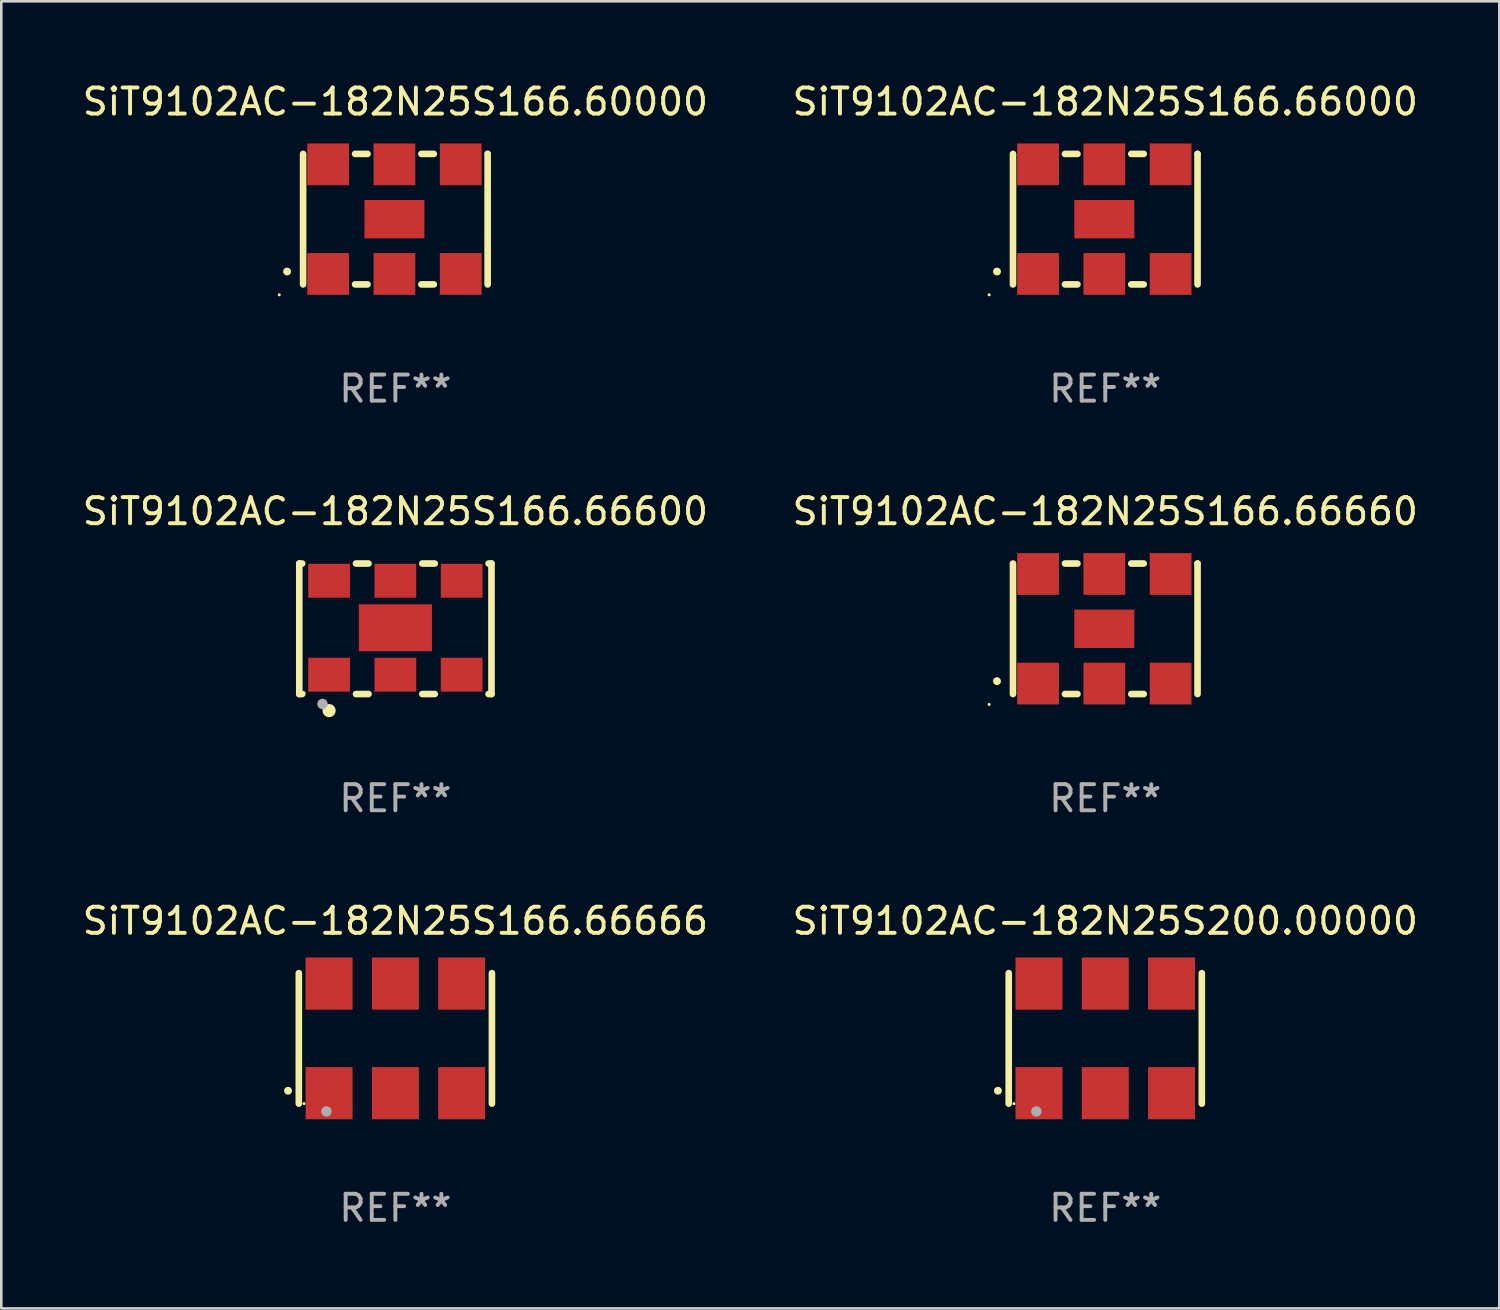
<source format=kicad_pcb>
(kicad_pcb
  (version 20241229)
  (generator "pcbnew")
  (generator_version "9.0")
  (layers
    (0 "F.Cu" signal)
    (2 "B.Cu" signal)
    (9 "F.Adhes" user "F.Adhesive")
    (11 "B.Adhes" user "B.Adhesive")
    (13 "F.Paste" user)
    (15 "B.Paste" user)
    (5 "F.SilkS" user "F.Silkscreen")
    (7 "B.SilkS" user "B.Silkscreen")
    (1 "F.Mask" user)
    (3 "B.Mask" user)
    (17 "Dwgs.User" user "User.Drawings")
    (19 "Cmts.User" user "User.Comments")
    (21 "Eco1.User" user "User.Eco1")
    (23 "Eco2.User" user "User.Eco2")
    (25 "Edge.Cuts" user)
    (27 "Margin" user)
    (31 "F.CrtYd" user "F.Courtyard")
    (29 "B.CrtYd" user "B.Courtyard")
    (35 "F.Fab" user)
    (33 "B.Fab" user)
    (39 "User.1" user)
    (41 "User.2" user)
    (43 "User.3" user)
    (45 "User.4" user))
  (footprint "SiT9102AC-182N25S166.66600"
    (layer "F.Cu")
    (at 12.101 21.045)
    (property "Reference" "SiT9102AC-182N25S166.66600" (at 0 -4.5 0) (layer "F.SilkS") (effects (font (size 1 1) (thickness 0.15))))
    (attr through_hole)
    (fp_line (start -3.683 -2.5) (end -3.571 -2.5) (stroke (width 0.254) (type solid)) (layer "F.SilkS"))
    (fp_line (start -3.683 2.5) (end -3.683 -2.5) (stroke (width 0.254) (type solid)) (layer "F.SilkS"))
    (fp_line (start -3.683 2.5) (end -3.571 2.5) (stroke (width 0.254) (type solid)) (layer "F.SilkS"))
    (fp_line (start -1.509 -2.5) (end -1.031 -2.5) (stroke (width 0.254) (type solid)) (layer "F.SilkS"))
    (fp_line (start -1.509 2.5) (end -1.031 2.5) (stroke (width 0.254) (type solid)) (layer "F.SilkS"))
    (fp_line (start 1.031 -2.5) (end 1.509 -2.5) (stroke (width 0.254) (type solid)) (layer "F.SilkS"))
    (fp_line (start 1.031 2.5) (end 1.509 2.5) (stroke (width 0.254) (type solid)) (layer "F.SilkS"))
    (fp_line (start 3.571 -2.5) (end 3.683 -2.5) (stroke (width 0.254) (type solid)) (layer "F.SilkS"))
    (fp_line (start 3.571 2.5) (end 3.683 2.5) (stroke (width 0.254) (type solid)) (layer "F.SilkS"))
    (fp_line (start 3.683 2.5) (end 3.683 -2.5) (stroke (width 0.254) (type solid)) (layer "F.SilkS"))
    (fp_circle (center -3.5 2.46) (end -3.47 2.46) (stroke (width 0.06) (type solid)) (fill no) (layer "F.SilkS"))
    (fp_circle (center -2.54 3.135) (end -2.413 3.135) (stroke (width 0.254) (type solid)) (fill no) (layer "F.SilkS"))
    (fp_circle (center -2.794 2.881) (end -2.694 2.881) (stroke (width 0.2) (type solid)) (fill no) (layer "F.Fab"))
    (fp_text user "REF**" (at 0 6.5 0) (layer "F.Fab") (effects (font (size 1 1) (thickness 0.15))))
    (pad "1" smd rect (at -2.54 1.76) (size 1.6 1.3) (layers "F.Cu" "F.Mask" "F.Paste"))
    (pad "2" smd rect (at 0 1.76) (size 1.6 1.3) (layers "F.Cu" "F.Mask" "F.Paste"))
    (pad "3" smd rect (at 2.54 1.76) (size 1.6 1.3) (layers "F.Cu" "F.Mask" "F.Paste"))
    (pad "4" smd rect (at 2.54 -1.84) (size 1.6 1.3) (layers "F.Cu" "F.Mask" "F.Paste"))
    (pad "5" smd rect (at 0 -1.84) (size 1.6 1.3) (layers "F.Cu" "F.Mask" "F.Paste"))
    (pad "6" smd rect (at -2.54 -1.84) (size 1.6 1.3) (layers "F.Cu" "F.Mask" "F.Paste"))
    (pad "7" smd rect (at 0 -0.04) (size 2.8 1.8) (layers "F.Cu" "F.Mask" "F.Paste")))
  (footprint "SiT9102AC-182N25S166.66666"
    (layer "F.Cu")
    (at 12.101 36.741)
    (property "Reference" "SiT9102AC-182N25S166.66666" (at 0 -4.5 0) (layer "F.SilkS") (effects (font (size 1 1) (thickness 0.15))))
    (attr through_hole)
    (fp_line (start -3.7 -2.5) (end -3.7 2.5) (stroke (width 0.254) (type solid)) (layer "F.SilkS"))
    (fp_line (start 3.7 -2.5) (end 3.7 2.5) (stroke (width 0.254) (type solid)) (layer "F.SilkS"))
    (fp_arc (start -4.114415 2.006604) (mid -4.113145 2.006599) (end -4.111875 2.006604) (stroke (width 0.3) (type solid)) (layer "F.SilkS"))
    (fp_circle (center -3.5 2.501) (end -3.47 2.501) (stroke (width 0.06) (type solid)) (fill no) (layer "F.SilkS"))
    (fp_circle (center -2.641 2.799) (end -2.541 2.799) (stroke (width 0.2) (type solid)) (fill no) (layer "F.Fab"))
    (fp_text user "REF**" (at 0 6.5 0) (layer "F.Fab") (effects (font (size 1 1) (thickness 0.15))))
    (pad "1" smd rect (at -2.54 2.1) (size 1.8 2) (layers "F.Cu" "F.Mask" "F.Paste"))
    (pad "2" smd rect (at 0.000394 2.1) (size 1.8 2) (layers "F.Cu" "F.Mask" "F.Paste"))
    (pad "3" smd rect (at 2.54 2.1) (size 1.8 2) (layers "F.Cu" "F.Mask" "F.Paste"))
    (pad "4" smd rect (at 2.54 -2.1) (size 1.8 2) (layers "F.Cu" "F.Mask" "F.Paste"))
    (pad "5" smd rect (at 0.000394 -2.1) (size 1.8 2) (layers "F.Cu" "F.Mask" "F.Paste"))
    (pad "6" smd rect (at -2.54 -2.1) (size 1.8 2) (layers "F.Cu" "F.Mask" "F.Paste")))
  (footprint "SiT9102AC-182N25S166.66000"
    (layer "F.Cu")
    (at 39.304 5.348)
    (property "Reference" "SiT9102AC-182N25S166.66000" (at 0 -4.5 0) (layer "F.SilkS") (effects (font (size 1 1) (thickness 0.15))))
    (attr through_hole)
    (fp_line (start -3.536 -2.5) (end -3.536 2.5) (stroke (width 0.254) (type solid)) (layer "F.SilkS"))
    (fp_line (start -1.544 2.5) (end -1.067 2.5) (stroke (width 0.254) (type solid)) (layer "F.SilkS"))
    (fp_line (start -1.067 -2.5) (end -1.544 -2.5) (stroke (width 0.254) (type solid)) (layer "F.SilkS"))
    (fp_line (start 0.996 2.5) (end 1.473 2.5) (stroke (width 0.254) (type solid)) (layer "F.SilkS"))
    (fp_line (start 1.473 -2.5) (end 0.996 -2.5) (stroke (width 0.254) (type solid)) (layer "F.SilkS"))
    (fp_line (start 3.536 -2.5) (end 3.536 -2.5) (stroke (width 0.254) (type solid)) (layer "F.SilkS"))
    (fp_line (start 3.536 2.5) (end 3.536 -2.5) (stroke (width 0.254) (type solid)) (layer "F.SilkS"))
    (fp_arc (start -4.150432 2.006604) (mid -4.149162 2.006599) (end -4.147892 2.006604) (stroke (width 0.3) (type solid)) (layer "F.SilkS"))
    (fp_circle (center -4.449 2.9) (end -4.419 2.9) (stroke (width 0.06) (type solid)) (fill no) (layer "F.SilkS"))
    (fp_text user "REF**" (at 0 6.5 0) (layer "F.Fab") (effects (font (size 1 1) (thickness 0.15))))
    (pad "1" smd rect (at -2.576 2.1) (size 1.6 1.6) (layers "F.Cu" "F.Mask" "F.Paste"))
    (pad "2" smd rect (at -0.036 2.1) (size 1.6 1.6) (layers "F.Cu" "F.Mask" "F.Paste"))
    (pad "3" smd rect (at 2.504 2.1) (size 1.6 1.6) (layers "F.Cu" "F.Mask" "F.Paste"))
    (pad "4" smd rect (at 2.504 -2.1) (size 1.6 1.6) (layers "F.Cu" "F.Mask" "F.Paste"))
    (pad "5" smd rect (at -0.036 -2.1) (size 1.6 1.6) (layers "F.Cu" "F.Mask" "F.Paste"))
    (pad "6" smd rect (at -2.576 -2.1) (size 1.6 1.6) (layers "F.Cu" "F.Mask" "F.Paste"))
    (pad "7" smd rect (at -0.036 0) (size 2.3 1.47) (layers "F.Cu" "F.Mask" "F.Paste")))
  (footprint "SiT9102AC-182N25S166.60000"
    (layer "F.Cu")
    (at 12.101 5.348)
    (property "Reference" "SiT9102AC-182N25S166.60000" (at 0 -4.5 0) (layer "F.SilkS") (effects (font (size 1 1) (thickness 0.15))))
    (attr through_hole)
    (fp_line (start -3.536 -2.5) (end -3.536 2.5) (stroke (width 0.254) (type solid)) (layer "F.SilkS"))
    (fp_line (start -1.544 2.5) (end -1.067 2.5) (stroke (width 0.254) (type solid)) (layer "F.SilkS"))
    (fp_line (start -1.067 -2.5) (end -1.544 -2.5) (stroke (width 0.254) (type solid)) (layer "F.SilkS"))
    (fp_line (start 0.996 2.5) (end 1.473 2.5) (stroke (width 0.254) (type solid)) (layer "F.SilkS"))
    (fp_line (start 1.473 -2.5) (end 0.996 -2.5) (stroke (width 0.254) (type solid)) (layer "F.SilkS"))
    (fp_line (start 3.536 -2.5) (end 3.536 -2.5) (stroke (width 0.254) (type solid)) (layer "F.SilkS"))
    (fp_line (start 3.536 2.5) (end 3.536 -2.5) (stroke (width 0.254) (type solid)) (layer "F.SilkS"))
    (fp_arc (start -4.150432 2.006604) (mid -4.149162 2.006599) (end -4.147892 2.006604) (stroke (width 0.3) (type solid)) (layer "F.SilkS"))
    (fp_circle (center -4.449 2.9) (end -4.419 2.9) (stroke (width 0.06) (type solid)) (fill no) (layer "F.SilkS"))
    (fp_text user "REF**" (at 0 6.5 0) (layer "F.Fab") (effects (font (size 1 1) (thickness 0.15))))
    (pad "1" smd rect (at -2.576 2.1) (size 1.6 1.6) (layers "F.Cu" "F.Mask" "F.Paste"))
    (pad "2" smd rect (at -0.036 2.1) (size 1.6 1.6) (layers "F.Cu" "F.Mask" "F.Paste"))
    (pad "3" smd rect (at 2.504 2.1) (size 1.6 1.6) (layers "F.Cu" "F.Mask" "F.Paste"))
    (pad "4" smd rect (at 2.504 -2.1) (size 1.6 1.6) (layers "F.Cu" "F.Mask" "F.Paste"))
    (pad "5" smd rect (at -0.036 -2.1) (size 1.6 1.6) (layers "F.Cu" "F.Mask" "F.Paste"))
    (pad "6" smd rect (at -2.576 -2.1) (size 1.6 1.6) (layers "F.Cu" "F.Mask" "F.Paste"))
    (pad "7" smd rect (at -0.036 0) (size 2.3 1.47) (layers "F.Cu" "F.Mask" "F.Paste")))
  (footprint "SiT9102AC-182N25S200.00000"
    (layer "F.Cu")
    (at 39.304 36.741)
    (property "Reference" "SiT9102AC-182N25S200.00000" (at 0 -4.5 0) (layer "F.SilkS") (effects (font (size 1 1) (thickness 0.15))))
    (attr through_hole)
    (fp_line (start -3.7 -2.5) (end -3.7 2.5) (stroke (width 0.254) (type solid)) (layer "F.SilkS"))
    (fp_line (start 3.7 -2.5) (end 3.7 2.5) (stroke (width 0.254) (type solid)) (layer "F.SilkS"))
    (fp_arc (start -4.114415 2.006604) (mid -4.113145 2.006599) (end -4.111875 2.006604) (stroke (width 0.3) (type solid)) (layer "F.SilkS"))
    (fp_circle (center -3.5 2.501) (end -3.47 2.501) (stroke (width 0.06) (type solid)) (fill no) (layer "F.SilkS"))
    (fp_circle (center -2.641 2.799) (end -2.541 2.799) (stroke (width 0.2) (type solid)) (fill no) (layer "F.Fab"))
    (fp_text user "REF**" (at 0 6.5 0) (layer "F.Fab") (effects (font (size 1 1) (thickness 0.15))))
    (pad "1" smd rect (at -2.54 2.1) (size 1.8 2) (layers "F.Cu" "F.Mask" "F.Paste"))
    (pad "2" smd rect (at 0.000394 2.1) (size 1.8 2) (layers "F.Cu" "F.Mask" "F.Paste"))
    (pad "3" smd rect (at 2.54 2.1) (size 1.8 2) (layers "F.Cu" "F.Mask" "F.Paste"))
    (pad "4" smd rect (at 2.54 -2.1) (size 1.8 2) (layers "F.Cu" "F.Mask" "F.Paste"))
    (pad "5" smd rect (at 0.000394 -2.1) (size 1.8 2) (layers "F.Cu" "F.Mask" "F.Paste"))
    (pad "6" smd rect (at -2.54 -2.1) (size 1.8 2) (layers "F.Cu" "F.Mask" "F.Paste")))
  (footprint "SiT9102AC-182N25S166.66660"
    (layer "F.Cu")
    (at 39.304 21.045)
    (property "Reference" "SiT9102AC-182N25S166.66660" (at 0 -4.5 0) (layer "F.SilkS") (effects (font (size 1 1) (thickness 0.15))))
    (attr through_hole)
    (fp_line (start -3.536 -2.5) (end -3.536 2.5) (stroke (width 0.254) (type solid)) (layer "F.SilkS"))
    (fp_line (start -1.544 2.5) (end -1.067 2.5) (stroke (width 0.254) (type solid)) (layer "F.SilkS"))
    (fp_line (start -1.067 -2.5) (end -1.544 -2.5) (stroke (width 0.254) (type solid)) (layer "F.SilkS"))
    (fp_line (start 0.996 2.5) (end 1.473 2.5) (stroke (width 0.254) (type solid)) (layer "F.SilkS"))
    (fp_line (start 1.473 -2.5) (end 0.996 -2.5) (stroke (width 0.254) (type solid)) (layer "F.SilkS"))
    (fp_line (start 3.536 -2.5) (end 3.536 -2.5) (stroke (width 0.254) (type solid)) (layer "F.SilkS"))
    (fp_line (start 3.536 2.5) (end 3.536 -2.5) (stroke (width 0.254) (type solid)) (layer "F.SilkS"))
    (fp_arc (start -4.150432 2.006604) (mid -4.149162 2.006599) (end -4.147892 2.006604) (stroke (width 0.3) (type solid)) (layer "F.SilkS"))
    (fp_circle (center -4.449 2.9) (end -4.419 2.9) (stroke (width 0.06) (type solid)) (fill no) (layer "F.SilkS"))
    (fp_text user "REF**" (at 0 6.5 0) (layer "F.Fab") (effects (font (size 1 1) (thickness 0.15))))
    (pad "1" smd rect (at -2.576 2.1) (size 1.6 1.6) (layers "F.Cu" "F.Mask" "F.Paste"))
    (pad "2" smd rect (at -0.036 2.1) (size 1.6 1.6) (layers "F.Cu" "F.Mask" "F.Paste"))
    (pad "3" smd rect (at 2.504 2.1) (size 1.6 1.6) (layers "F.Cu" "F.Mask" "F.Paste"))
    (pad "4" smd rect (at 2.504 -2.1) (size 1.6 1.6) (layers "F.Cu" "F.Mask" "F.Paste"))
    (pad "5" smd rect (at -0.036 -2.1) (size 1.6 1.6) (layers "F.Cu" "F.Mask" "F.Paste"))
    (pad "6" smd rect (at -2.576 -2.1) (size 1.6 1.6) (layers "F.Cu" "F.Mask" "F.Paste"))
    (pad "7" smd rect (at -0.036 0) (size 2.3 1.47) (layers "F.Cu" "F.Mask" "F.Paste")))
  (gr_rect
    (start -3 -3)
    (end 54.405 47.09)
    (stroke (width 0.1) (type default))
    (fill no)
    (layer "Edge.Cuts")))
</source>
